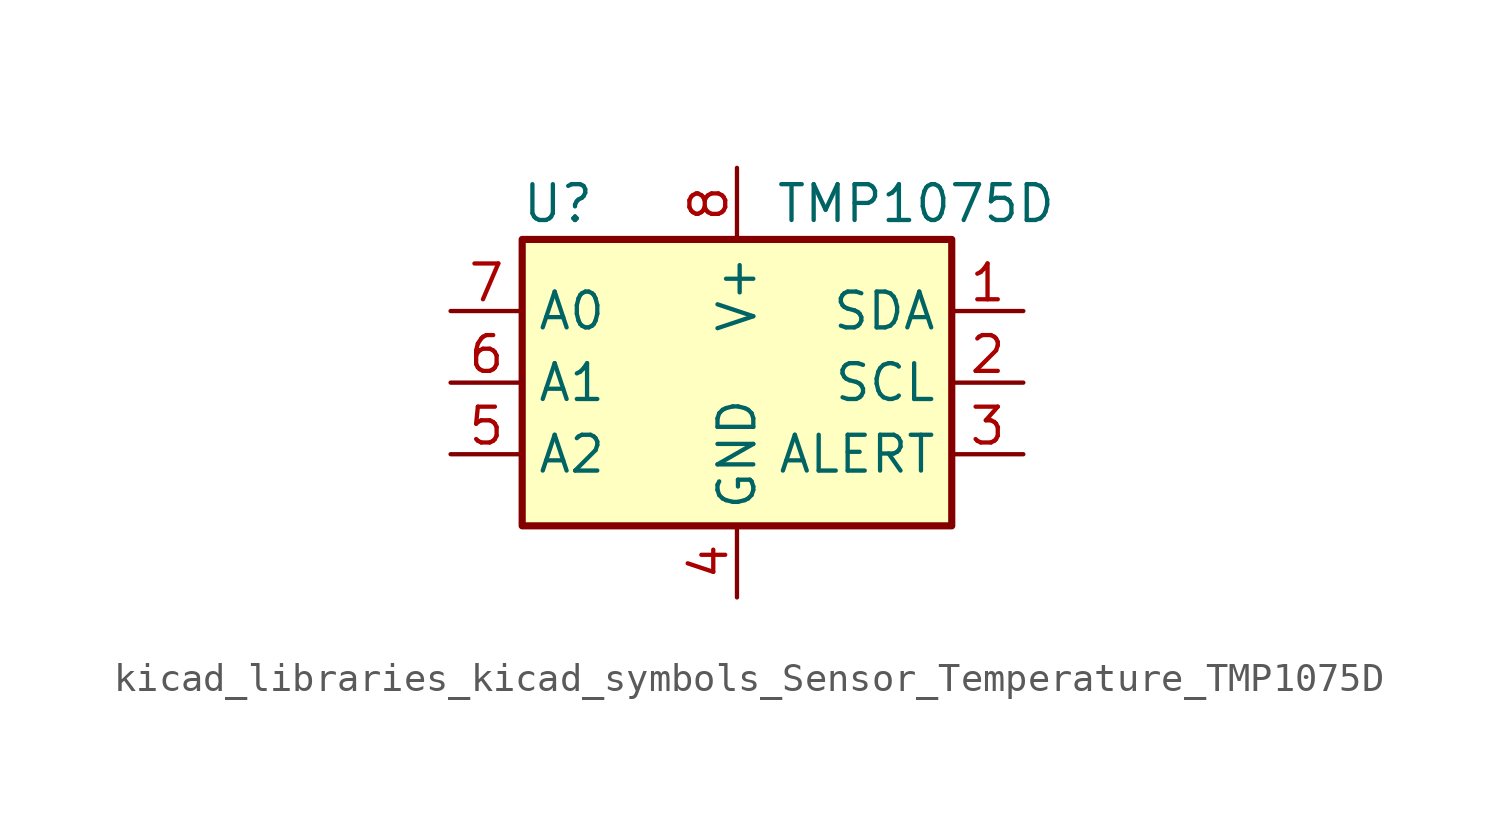
<source format=kicad_sym>
(kicad_symbol_lib
  (version 20220914)
  (generator kicad_symbol_editor)
  (symbol "kicad_libraries_kicad_symbols_Sensor_Temperature_TMP1075D"
    (property "Reference" "U"
      (at -6.35 6.35 0)
      (effects (font (size 1.27 1.27))))
    (property "Value" "TMP1075D"
      (at 6.35 6.35 0)
      (effects (font (size 1.27 1.27))))
    (symbol "kicad_libraries_kicad_symbols_Sensor_Temperature_TMP1075D_0_1"
      (rectangle (start -7.62 5.08) (end 7.62 -5.08) (stroke (width 0.254) (type default)) (fill (type background))))
    (symbol "kicad_libraries_kicad_symbols_Sensor_Temperature_TMP1075D_1_1"
      (pin bidirectional line (at 10.16 2.54 180) (length 2.54) (name "SDA" (effects (font (size 1.27 1.27)))) (number "1" (effects (font (size 1.27 1.27)))))
      (pin input line (at 10.16 0 180) (length 2.54) (name "SCL" (effects (font (size 1.27 1.27)))) (number "2" (effects (font (size 1.27 1.27)))))
      (pin open_collector line (at 10.16 -2.54 180) (length 2.54) (name "ALERT" (effects (font (size 1.27 1.27)))) (number "3" (effects (font (size 1.27 1.27)))))
      (pin power_in line (at 0 -7.62 90) (length 2.54) (name "GND" (effects (font (size 1.27 1.27)))) (number "4" (effects (font (size 1.27 1.27)))))
      (pin input line (at -10.16 -2.54 0) (length 2.54) (name "A2" (effects (font (size 1.27 1.27)))) (number "5" (effects (font (size 1.27 1.27)))))
      (pin input line (at -10.16 0 0) (length 2.54) (name "A1" (effects (font (size 1.27 1.27)))) (number "6" (effects (font (size 1.27 1.27)))))
      (pin input line (at -10.16 2.54 0) (length 2.54) (name "A0" (effects (font (size 1.27 1.27)))) (number "7" (effects (font (size 1.27 1.27)))))
      (pin power_in line (at 0 7.62 270) (length 2.54) (name "V+" (effects (font (size 1.27 1.27)))) (number "8" (effects (font (size 1.27 1.27))))))))
</source>
